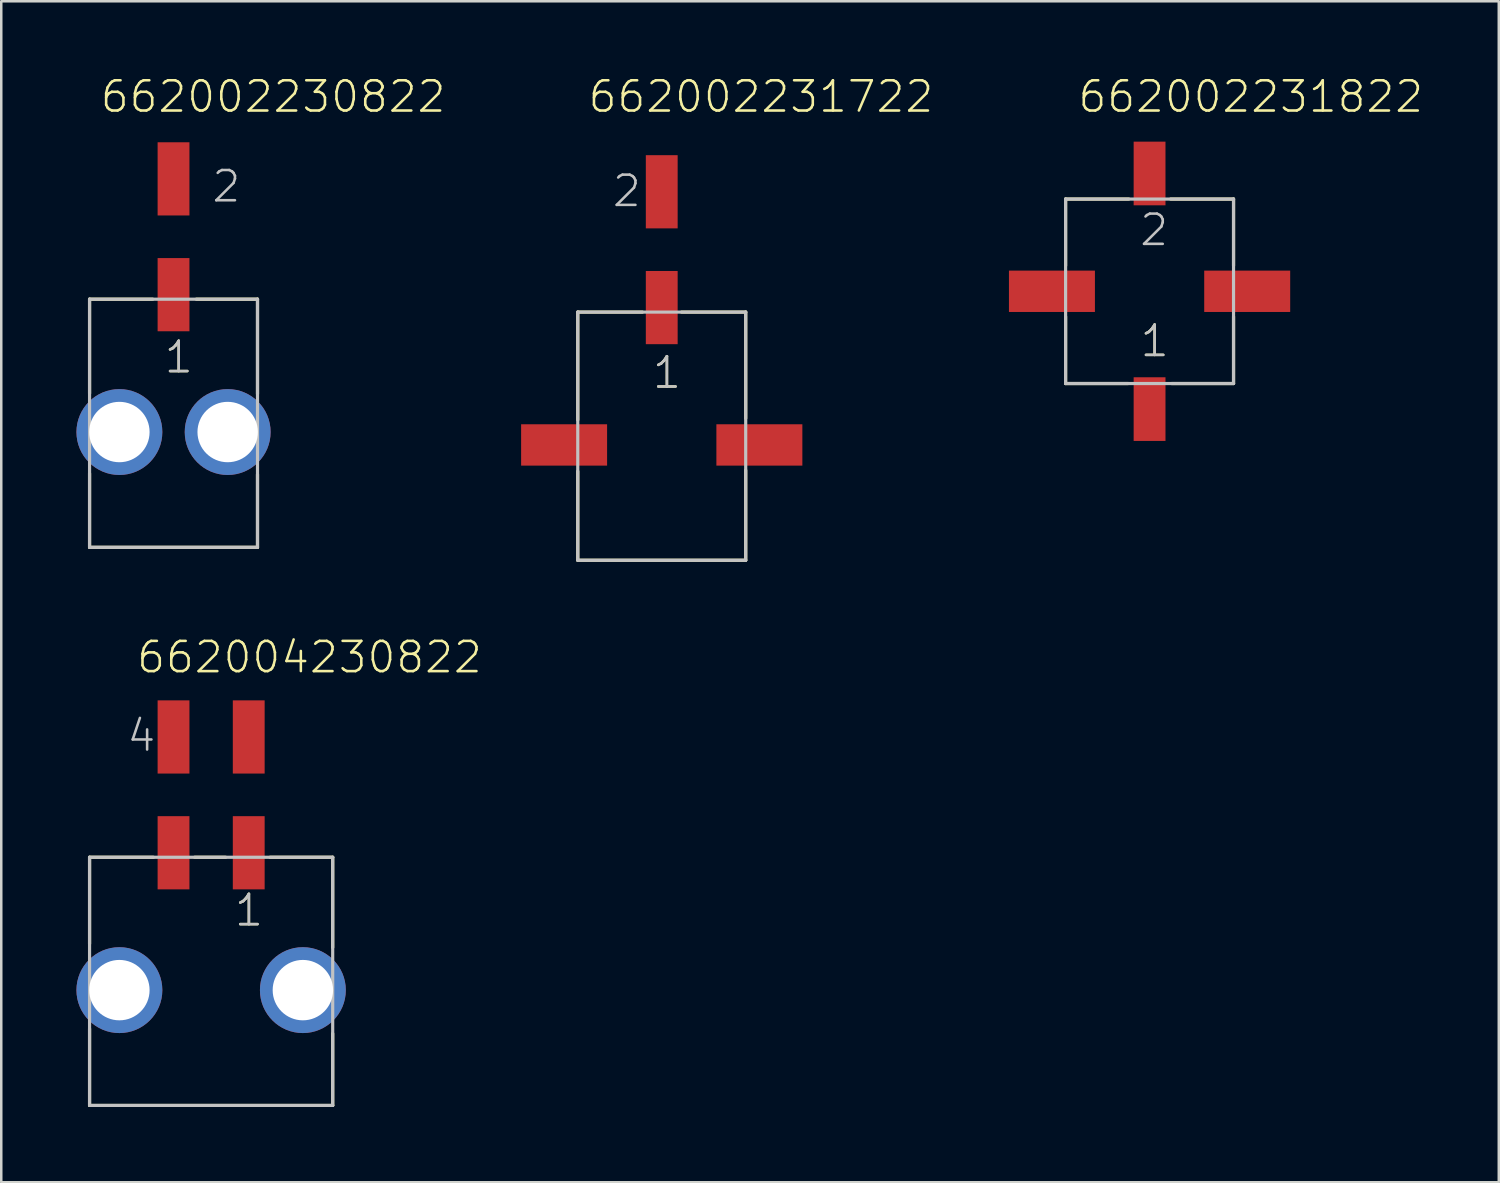
<source format=kicad_pcb>
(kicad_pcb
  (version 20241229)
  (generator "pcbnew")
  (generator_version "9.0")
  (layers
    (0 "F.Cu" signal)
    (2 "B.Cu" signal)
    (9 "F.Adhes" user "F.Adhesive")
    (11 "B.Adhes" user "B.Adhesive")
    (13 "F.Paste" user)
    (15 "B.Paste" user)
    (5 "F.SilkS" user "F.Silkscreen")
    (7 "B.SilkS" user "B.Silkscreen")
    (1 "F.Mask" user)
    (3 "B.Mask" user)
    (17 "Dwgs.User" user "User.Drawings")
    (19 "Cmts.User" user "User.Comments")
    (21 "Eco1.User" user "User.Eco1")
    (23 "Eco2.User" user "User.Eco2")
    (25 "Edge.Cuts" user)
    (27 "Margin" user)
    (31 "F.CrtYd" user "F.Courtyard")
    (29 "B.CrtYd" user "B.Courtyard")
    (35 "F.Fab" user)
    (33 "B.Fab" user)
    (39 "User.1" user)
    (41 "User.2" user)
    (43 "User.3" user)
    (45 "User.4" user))
  (footprint "662002230822"
    (layer "F.Cu")
    (at 3.873 14.186)
    (property "Reference" "662002230822" (at -2.985 -12.675 0) (layer "F.SilkS") (effects (font (size 1.206 1.206) (thickness 0.102)) (justify left bottom)))
    (attr through_hole)
    (fp_line (start -3.35 -5.3) (end -3.35 -1.54) (stroke (width 0.127) (type solid)) (layer "F.SilkS"))
    (fp_line (start -3.35 1.65) (end -3.35 4.6) (stroke (width 0.127) (type solid)) (layer "F.SilkS"))
    (fp_line (start -3.35 4.6) (end 3.35 4.6) (stroke (width 0.127) (type solid)) (layer "F.SilkS"))
    (fp_line (start -0.83 -5.3) (end -3.35 -5.3) (stroke (width 0.127) (type solid)) (layer "F.SilkS"))
    (fp_line (start 0.91 -5.3) (end 3.35 -5.3) (stroke (width 0.127) (type solid)) (layer "F.SilkS"))
    (fp_line (start 3.35 -5.3) (end 3.35 -1.52) (stroke (width 0.127) (type solid)) (layer "F.SilkS"))
    (fp_line (start 3.35 4.6) (end 3.35 1.69) (stroke (width 0.127) (type solid)) (layer "F.SilkS"))
    (fp_line (start -3.35 -5.3) (end 3.35 -5.3) (stroke (width 0.127) (type solid)) (layer "Dwgs.User"))
    (fp_line (start -3.35 4.6) (end -3.35 -5.3) (stroke (width 0.127) (type solid)) (layer "Dwgs.User"))
    (fp_line (start 3.35 -5.3) (end 3.35 4.6) (stroke (width 0.127) (type solid)) (layer "Dwgs.User"))
    (fp_line (start 3.35 4.6) (end -3.35 4.6) (stroke (width 0.127) (type solid)) (layer "Dwgs.User"))
    (fp_text user "1" (at -0.435 -2.28 0) (layer "F.SilkS") (effects (font (size 1.206 1.206) (thickness 0.102)) (justify left bottom)))
    (fp_text user "1" (at -0.435 -2.28 0) (layer "Dwgs.User") (effects (font (size 1.206 1.206) (thickness 0.102)) (justify left bottom)))
    (fp_text user "2" (at 1.465 -9.095 0) (layer "Dwgs.User") (effects (font (size 1.206 1.206) (thickness 0.102)) (justify left bottom)))
    (pad "1" smd rect (at 0 -5.48 90) (size 2.92 1.27) (layers "F.Cu" "F.Mask" "F.Paste"))
    (pad "2" smd rect (at 0 -10.1 90) (size 2.92 1.27) (layers "F.Cu" "F.Mask" "F.Paste"))
    (pad "Z1" thru_hole circle (at -2.16 0) (size 3.426 3.426) (drill 2.41) (layers "*.Cu" "*.Mask"))
    (pad "Z2" thru_hole circle (at 2.16 0) (size 3.426 3.426) (drill 2.41) (layers "*.Cu" "*.Mask")))
  (footprint "662002231722"
    (layer "F.Cu")
    (at 23.35 14.701)
    (property "Reference" "662002231722" (at -3 -13.19 0) (layer "F.SilkS") (effects (font (size 1.206 1.206) (thickness 0.102)) (justify left bottom)))
    (attr through_hole)
    (fp_line (start -3.35 -5.3) (end -3.35 -1) (stroke (width 0.127) (type solid)) (layer "F.SilkS"))
    (fp_line (start -3.35 1.05) (end -3.35 4.6) (stroke (width 0.127) (type solid)) (layer "F.SilkS"))
    (fp_line (start -3.35 4.6) (end 3.35 4.6) (stroke (width 0.127) (type solid)) (layer "F.SilkS"))
    (fp_line (start -0.77 -5.3) (end -3.35 -5.3) (stroke (width 0.127) (type solid)) (layer "F.SilkS"))
    (fp_line (start 0.79 -5.3) (end 3.35 -5.3) (stroke (width 0.127) (type solid)) (layer "F.SilkS"))
    (fp_line (start 3.35 -5.3) (end 3.35 -1.06) (stroke (width 0.127) (type solid)) (layer "F.SilkS"))
    (fp_line (start 3.35 4.6) (end 3.35 1.01) (stroke (width 0.127) (type solid)) (layer "F.SilkS"))
    (fp_line (start -3.35 -5.3) (end 3.35 -5.3) (stroke (width 0.127) (type solid)) (layer "Dwgs.User"))
    (fp_line (start -3.35 4.6) (end -3.35 -5.3) (stroke (width 0.127) (type solid)) (layer "Dwgs.User"))
    (fp_line (start 3.35 -5.3) (end 3.35 4.6) (stroke (width 0.127) (type solid)) (layer "Dwgs.User"))
    (fp_line (start 3.35 4.6) (end -3.35 4.6) (stroke (width 0.127) (type solid)) (layer "Dwgs.User"))
    (fp_text user "1" (at -0.435 -2.18 0) (layer "F.SilkS") (effects (font (size 1.206 1.206) (thickness 0.102)) (justify left bottom)))
    (fp_text user "1" (at -0.435 -2.18 0) (layer "Dwgs.User") (effects (font (size 1.206 1.206) (thickness 0.102)) (justify left bottom)))
    (fp_text user "2" (at -2.035 -9.425 0) (layer "Dwgs.User") (effects (font (size 1.206 1.206) (thickness 0.102)) (justify left bottom)))
    (pad "1" smd rect (at 0 -5.48 90) (size 2.92 1.27) (layers "F.Cu" "F.Mask" "F.Paste"))
    (pad "2" smd rect (at 0 -10.1 90) (size 2.92 1.27) (layers "F.Cu" "F.Mask" "F.Paste"))
    (pad "M1" smd rect (at 3.895 0) (size 3.43 1.65) (layers "F.Cu" "F.Mask" "F.Paste"))
    (pad "M2" smd rect (at -3.895 0) (size 3.43 1.65) (layers "F.Cu" "F.Mask" "F.Paste")))
  (footprint "662004230822"
    (layer "F.Cu")
    (at 5.373 36.451)
    (property "Reference" "662004230822" (at -3.035 -12.575 0) (layer "F.SilkS") (effects (font (size 1.206 1.206) (thickness 0.102)) (justify left bottom)))
    (attr through_hole)
    (fp_line (start -4.85 -5.3) (end -4.85 -1.85) (stroke (width 0.127) (type solid)) (layer "F.SilkS"))
    (fp_line (start -4.85 1.54) (end -4.85 4.6) (stroke (width 0.127) (type solid)) (layer "F.SilkS"))
    (fp_line (start -4.85 4.6) (end 4.85 4.6) (stroke (width 0.127) (type solid)) (layer "F.SilkS"))
    (fp_line (start -2.3 -5.3) (end -4.85 -5.3) (stroke (width 0.127) (type solid)) (layer "F.SilkS"))
    (fp_line (start -0.66 -5.3) (end 0.58 -5.3) (stroke (width 0.127) (type solid)) (layer "F.SilkS"))
    (fp_line (start 2.35 -5.3) (end 4.85 -5.3) (stroke (width 0.127) (type solid)) (layer "F.SilkS"))
    (fp_line (start 4.85 -5.3) (end 4.85 -1.7) (stroke (width 0.127) (type solid)) (layer "F.SilkS"))
    (fp_line (start 4.85 4.6) (end 4.85 1.73) (stroke (width 0.127) (type solid)) (layer "F.SilkS"))
    (fp_line (start -4.85 -5.3) (end 4.85 -5.3) (stroke (width 0.127) (type solid)) (layer "Dwgs.User"))
    (fp_line (start -4.85 4.6) (end -4.85 -5.3) (stroke (width 0.127) (type solid)) (layer "Dwgs.User"))
    (fp_line (start 4.85 -5.3) (end 4.85 4.6) (stroke (width 0.127) (type solid)) (layer "Dwgs.User"))
    (fp_line (start 4.85 4.6) (end -4.85 4.6) (stroke (width 0.127) (type solid)) (layer "Dwgs.User"))
    (fp_text user "1" (at 0.865 -2.48 0) (layer "F.SilkS") (effects (font (size 1.206 1.206) (thickness 0.102)) (justify left bottom)))
    (fp_text user "4" (at -3.425 -9.445 0) (layer "Dwgs.User") (effects (font (size 1.206 1.206) (thickness 0.102)) (justify left bottom)))
    (fp_text user "1" (at 0.865 -2.48 0) (layer "Dwgs.User") (effects (font (size 1.206 1.206) (thickness 0.102)) (justify left bottom)))
    (pad "1" smd rect (at 1.5 -5.48 90) (size 2.92 1.27) (layers "F.Cu" "F.Mask" "F.Paste"))
    (pad "2" smd rect (at -1.5 -5.48 90) (size 2.92 1.27) (layers "F.Cu" "F.Mask" "F.Paste"))
    (pad "3" smd rect (at 1.5 -10.1 90) (size 2.92 1.27) (layers "F.Cu" "F.Mask" "F.Paste"))
    (pad "4" smd rect (at -1.5 -10.1 90) (size 2.92 1.27) (layers "F.Cu" "F.Mask" "F.Paste"))
    (pad "Z1" thru_hole circle (at -3.66 0) (size 3.426 3.426) (drill 2.41) (layers "*.Cu" "*.Mask"))
    (pad "Z2" thru_hole circle (at 3.66 0) (size 3.426 3.426) (drill 2.41) (layers "*.Cu" "*.Mask")))
  (footprint "662002231822"
    (layer "F.Cu")
    (at 42.812 8.571)
    (property "Reference" "662002231822" (at -2.92 -7.06 0) (layer "F.SilkS") (effects (font (size 1.206 1.206) (thickness 0.102)) (justify left bottom)))
    (attr through_hole)
    (fp_line (start -3.35 -3.68) (end -3.35 -1.02) (stroke (width 0.127) (type solid)) (layer "F.SilkS"))
    (fp_line (start -3.35 1.01) (end -3.35 3.68) (stroke (width 0.127) (type solid)) (layer "F.SilkS"))
    (fp_line (start -3.35 3.68) (end -0.85 3.68) (stroke (width 0.127) (type solid)) (layer "F.SilkS"))
    (fp_line (start -0.83 -3.68) (end -3.35 -3.68) (stroke (width 0.127) (type solid)) (layer "F.SilkS"))
    (fp_line (start 0.84 -3.68) (end 3.35 -3.68) (stroke (width 0.127) (type solid)) (layer "F.SilkS"))
    (fp_line (start 3.35 -3.68) (end 3.35 -1.02) (stroke (width 0.127) (type solid)) (layer "F.SilkS"))
    (fp_line (start 3.35 1.01) (end 3.35 3.68) (stroke (width 0.127) (type solid)) (layer "F.SilkS"))
    (fp_line (start 3.35 3.68) (end 0.88 3.68) (stroke (width 0.127) (type solid)) (layer "F.SilkS"))
    (fp_line (start -3.35 -3.68) (end 3.35 -3.68) (stroke (width 0.127) (type solid)) (layer "Dwgs.User"))
    (fp_line (start -3.35 3.68) (end -3.35 -3.68) (stroke (width 0.127) (type solid)) (layer "Dwgs.User"))
    (fp_line (start 3.35 -3.68) (end 3.35 3.68) (stroke (width 0.127) (type solid)) (layer "Dwgs.User"))
    (fp_line (start 3.35 3.68) (end -3.35 3.68) (stroke (width 0.127) (type solid)) (layer "Dwgs.User"))
    (fp_text user "1" (at -0.44 2.69 0) (layer "F.SilkS") (effects (font (size 1.206 1.206) (thickness 0.102)) (justify left bottom)))
    (fp_text user "2" (at -0.46 -1.74 0) (layer "Dwgs.User") (effects (font (size 1.206 1.206) (thickness 0.102)) (justify left bottom)))
    (fp_text user "1" (at -0.44 2.69 0) (layer "Dwgs.User") (effects (font (size 1.206 1.206) (thickness 0.102)) (justify left bottom)))
    (pad "1" smd rect (at 0 4.7 90) (size 2.54 1.27) (layers "F.Cu" "F.Mask" "F.Paste"))
    (pad "2" smd rect (at 0 -4.7 90) (size 2.54 1.27) (layers "F.Cu" "F.Mask" "F.Paste"))
    (pad "M1" smd rect (at 3.895 0 180) (size 3.43 1.65) (layers "F.Cu" "F.Mask" "F.Paste"))
    (pad "M2" smd rect (at -3.895 0 180) (size 3.43 1.65) (layers "F.Cu" "F.Mask" "F.Paste")))
  (gr_rect
    (start -3 -3)
    (end 56.744 44.115)
    (stroke (width 0.1) (type default))
    (fill no)
    (layer "Edge.Cuts")))
</source>
